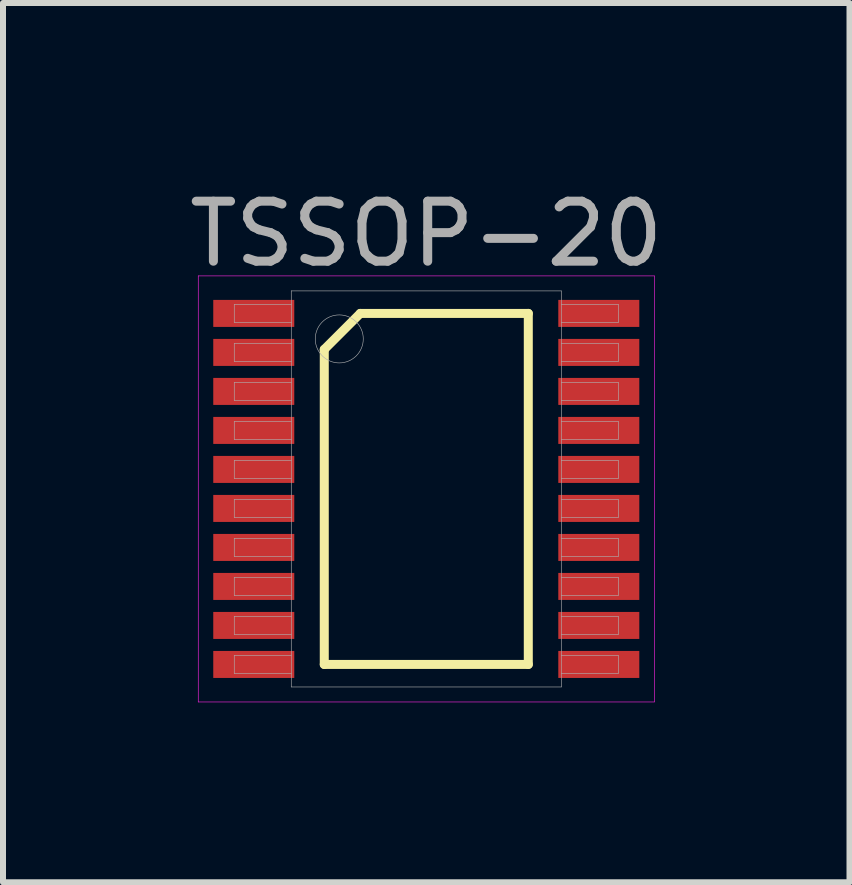
<source format=kicad_pcb>
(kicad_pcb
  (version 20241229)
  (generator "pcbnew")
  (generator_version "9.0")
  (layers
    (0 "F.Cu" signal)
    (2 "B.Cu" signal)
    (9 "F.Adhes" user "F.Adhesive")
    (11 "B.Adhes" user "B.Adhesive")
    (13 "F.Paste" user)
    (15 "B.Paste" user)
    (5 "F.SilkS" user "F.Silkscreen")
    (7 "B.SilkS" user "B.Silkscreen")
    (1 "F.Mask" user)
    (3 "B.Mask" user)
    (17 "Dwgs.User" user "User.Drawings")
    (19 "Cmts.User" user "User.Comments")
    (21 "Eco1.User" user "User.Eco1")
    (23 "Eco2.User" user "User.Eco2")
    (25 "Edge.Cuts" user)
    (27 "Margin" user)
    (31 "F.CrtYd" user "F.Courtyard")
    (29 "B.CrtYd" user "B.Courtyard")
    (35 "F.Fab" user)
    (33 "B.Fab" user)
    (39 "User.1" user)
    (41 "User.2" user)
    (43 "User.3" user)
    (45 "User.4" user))
  (footprint "TSSOP-20"
    (layer "F.Cu")
    (at 4.054 5.098)
    (property "Reference" "TSSOP-20" (at 0 -4.25 0) (layer "F.Fab") (effects (font (size 1 1) (thickness 0.15))))
    (attr through_hole)
    (fp_line (start -1.7 -2.325) (end -1.1 -2.925) (stroke (width 0.15) (type solid)) (layer "F.SilkS"))
    (fp_line (start -1.7 2.925) (end -1.7 -2.325) (stroke (width 0.15) (type solid)) (layer "F.SilkS"))
    (fp_line (start -1.1 -2.925) (end 1.7 -2.925) (stroke (width 0.15) (type solid)) (layer "F.SilkS"))
    (fp_line (start 1.7 -2.925) (end 1.7 2.925) (stroke (width 0.15) (type solid)) (layer "F.SilkS"))
    (fp_line (start 1.7 2.925) (end -1.7 2.925) (stroke (width 0.15) (type solid)) (layer "F.SilkS"))
    (fp_line (start -3.8 -3.55) (end 3.8 -3.55) (stroke (width 0.01) (type solid)) (layer "F.CrtYd"))
    (fp_line (start -3.8 3.55) (end -3.8 -3.55) (stroke (width 0.01) (type solid)) (layer "F.CrtYd"))
    (fp_line (start 3.8 -3.55) (end 3.8 3.55) (stroke (width 0.01) (type solid)) (layer "F.CrtYd"))
    (fp_line (start 3.8 3.55) (end -3.8 3.55) (stroke (width 0.01) (type solid)) (layer "F.CrtYd"))
    (fp_line (start -3.2 -3.075) (end -2.25 -3.075) (stroke (width 0.01) (type solid)) (layer "F.Fab"))
    (fp_line (start -3.2 -2.775) (end -3.2 -3.075) (stroke (width 0.01) (type solid)) (layer "F.Fab"))
    (fp_line (start -3.2 -2.425) (end -2.25 -2.425) (stroke (width 0.01) (type solid)) (layer "F.Fab"))
    (fp_line (start -3.2 -2.125) (end -3.2 -2.425) (stroke (width 0.01) (type solid)) (layer "F.Fab"))
    (fp_line (start -3.2 -1.775) (end -2.25 -1.775) (stroke (width 0.01) (type solid)) (layer "F.Fab"))
    (fp_line (start -3.2 -1.475) (end -3.2 -1.775) (stroke (width 0.01) (type solid)) (layer "F.Fab"))
    (fp_line (start -3.2 -1.125) (end -2.25 -1.125) (stroke (width 0.01) (type solid)) (layer "F.Fab"))
    (fp_line (start -3.2 -0.825) (end -3.2 -1.125) (stroke (width 0.01) (type solid)) (layer "F.Fab"))
    (fp_line (start -3.2 -0.475) (end -2.25 -0.475) (stroke (width 0.01) (type solid)) (layer "F.Fab"))
    (fp_line (start -3.2 -0.175) (end -3.2 -0.475) (stroke (width 0.01) (type solid)) (layer "F.Fab"))
    (fp_line (start -3.2 0.175) (end -2.25 0.175) (stroke (width 0.01) (type solid)) (layer "F.Fab"))
    (fp_line (start -3.2 0.475) (end -3.2 0.175) (stroke (width 0.01) (type solid)) (layer "F.Fab"))
    (fp_line (start -3.2 0.825) (end -2.25 0.825) (stroke (width 0.01) (type solid)) (layer "F.Fab"))
    (fp_line (start -3.2 1.125) (end -3.2 0.825) (stroke (width 0.01) (type solid)) (layer "F.Fab"))
    (fp_line (start -3.2 1.475) (end -2.25 1.475) (stroke (width 0.01) (type solid)) (layer "F.Fab"))
    (fp_line (start -3.2 1.775) (end -3.2 1.475) (stroke (width 0.01) (type solid)) (layer "F.Fab"))
    (fp_line (start -3.2 2.125) (end -2.25 2.125) (stroke (width 0.01) (type solid)) (layer "F.Fab"))
    (fp_line (start -3.2 2.425) (end -3.2 2.125) (stroke (width 0.01) (type solid)) (layer "F.Fab"))
    (fp_line (start -3.2 2.775) (end -2.25 2.775) (stroke (width 0.01) (type solid)) (layer "F.Fab"))
    (fp_line (start -3.2 3.075) (end -3.2 2.775) (stroke (width 0.01) (type solid)) (layer "F.Fab"))
    (fp_line (start -2.25 -3.3) (end 2.25 -3.3) (stroke (width 0.01) (type solid)) (layer "F.Fab"))
    (fp_line (start -2.25 -2.775) (end -3.2 -2.775) (stroke (width 0.01) (type solid)) (layer "F.Fab"))
    (fp_line (start -2.25 -2.125) (end -3.2 -2.125) (stroke (width 0.01) (type solid)) (layer "F.Fab"))
    (fp_line (start -2.25 -1.475) (end -3.2 -1.475) (stroke (width 0.01) (type solid)) (layer "F.Fab"))
    (fp_line (start -2.25 -0.825) (end -3.2 -0.825) (stroke (width 0.01) (type solid)) (layer "F.Fab"))
    (fp_line (start -2.25 -0.175) (end -3.2 -0.175) (stroke (width 0.01) (type solid)) (layer "F.Fab"))
    (fp_line (start -2.25 0.475) (end -3.2 0.475) (stroke (width 0.01) (type solid)) (layer "F.Fab"))
    (fp_line (start -2.25 1.125) (end -3.2 1.125) (stroke (width 0.01) (type solid)) (layer "F.Fab"))
    (fp_line (start -2.25 1.775) (end -3.2 1.775) (stroke (width 0.01) (type solid)) (layer "F.Fab"))
    (fp_line (start -2.25 2.425) (end -3.2 2.425) (stroke (width 0.01) (type solid)) (layer "F.Fab"))
    (fp_line (start -2.25 3.075) (end -3.2 3.075) (stroke (width 0.01) (type solid)) (layer "F.Fab"))
    (fp_line (start -2.25 3.3) (end -2.25 -3.3) (stroke (width 0.01) (type solid)) (layer "F.Fab"))
    (fp_line (start 2.25 -3.3) (end 2.25 3.3) (stroke (width 0.01) (type solid)) (layer "F.Fab"))
    (fp_line (start 2.25 -3.075) (end 3.2 -3.075) (stroke (width 0.01) (type solid)) (layer "F.Fab"))
    (fp_line (start 2.25 -2.425) (end 3.2 -2.425) (stroke (width 0.01) (type solid)) (layer "F.Fab"))
    (fp_line (start 2.25 -1.775) (end 3.2 -1.775) (stroke (width 0.01) (type solid)) (layer "F.Fab"))
    (fp_line (start 2.25 -1.125) (end 3.2 -1.125) (stroke (width 0.01) (type solid)) (layer "F.Fab"))
    (fp_line (start 2.25 -0.475) (end 3.2 -0.475) (stroke (width 0.01) (type solid)) (layer "F.Fab"))
    (fp_line (start 2.25 0.175) (end 3.2 0.175) (stroke (width 0.01) (type solid)) (layer "F.Fab"))
    (fp_line (start 2.25 0.825) (end 3.2 0.825) (stroke (width 0.01) (type solid)) (layer "F.Fab"))
    (fp_line (start 2.25 1.475) (end 3.2 1.475) (stroke (width 0.01) (type solid)) (layer "F.Fab"))
    (fp_line (start 2.25 2.125) (end 3.2 2.125) (stroke (width 0.01) (type solid)) (layer "F.Fab"))
    (fp_line (start 2.25 2.775) (end 3.2 2.775) (stroke (width 0.01) (type solid)) (layer "F.Fab"))
    (fp_line (start 2.25 3.3) (end -2.25 3.3) (stroke (width 0.01) (type solid)) (layer "F.Fab"))
    (fp_line (start 3.2 -3.075) (end 3.2 -2.775) (stroke (width 0.01) (type solid)) (layer "F.Fab"))
    (fp_line (start 3.2 -2.775) (end 2.25 -2.775) (stroke (width 0.01) (type solid)) (layer "F.Fab"))
    (fp_line (start 3.2 -2.425) (end 3.2 -2.125) (stroke (width 0.01) (type solid)) (layer "F.Fab"))
    (fp_line (start 3.2 -2.125) (end 2.25 -2.125) (stroke (width 0.01) (type solid)) (layer "F.Fab"))
    (fp_line (start 3.2 -1.775) (end 3.2 -1.475) (stroke (width 0.01) (type solid)) (layer "F.Fab"))
    (fp_line (start 3.2 -1.475) (end 2.25 -1.475) (stroke (width 0.01) (type solid)) (layer "F.Fab"))
    (fp_line (start 3.2 -1.125) (end 3.2 -0.825) (stroke (width 0.01) (type solid)) (layer "F.Fab"))
    (fp_line (start 3.2 -0.825) (end 2.25 -0.825) (stroke (width 0.01) (type solid)) (layer "F.Fab"))
    (fp_line (start 3.2 -0.475) (end 3.2 -0.175) (stroke (width 0.01) (type solid)) (layer "F.Fab"))
    (fp_line (start 3.2 -0.175) (end 2.25 -0.175) (stroke (width 0.01) (type solid)) (layer "F.Fab"))
    (fp_line (start 3.2 0.175) (end 3.2 0.475) (stroke (width 0.01) (type solid)) (layer "F.Fab"))
    (fp_line (start 3.2 0.475) (end 2.25 0.475) (stroke (width 0.01) (type solid)) (layer "F.Fab"))
    (fp_line (start 3.2 0.825) (end 3.2 1.125) (stroke (width 0.01) (type solid)) (layer "F.Fab"))
    (fp_line (start 3.2 1.125) (end 2.25 1.125) (stroke (width 0.01) (type solid)) (layer "F.Fab"))
    (fp_line (start 3.2 1.475) (end 3.2 1.775) (stroke (width 0.01) (type solid)) (layer "F.Fab"))
    (fp_line (start 3.2 1.775) (end 2.25 1.775) (stroke (width 0.01) (type solid)) (layer "F.Fab"))
    (fp_line (start 3.2 2.125) (end 3.2 2.425) (stroke (width 0.01) (type solid)) (layer "F.Fab"))
    (fp_line (start 3.2 2.425) (end 2.25 2.425) (stroke (width 0.01) (type solid)) (layer "F.Fab"))
    (fp_line (start 3.2 2.775) (end 3.2 3.075) (stroke (width 0.01) (type solid)) (layer "F.Fab"))
    (fp_line (start 3.2 3.075) (end 2.25 3.075) (stroke (width 0.01) (type solid)) (layer "F.Fab"))
    (fp_circle (center -1.45 -2.5) (end -1.45 -2.1) (stroke (width 0.01) (type solid)) (fill no) (layer "F.Fab"))
    (pad "1" smd rect (at -2.875 -2.925) (size 1.35 0.45) (layers "F.Cu" "F.Mask" "F.Paste"))
    (pad "2" smd rect (at -2.875 -2.275) (size 1.35 0.45) (layers "F.Cu" "F.Mask" "F.Paste"))
    (pad "3" smd rect (at -2.875 -1.625) (size 1.35 0.45) (layers "F.Cu" "F.Mask" "F.Paste"))
    (pad "4" smd rect (at -2.875 -0.975) (size 1.35 0.45) (layers "F.Cu" "F.Mask" "F.Paste"))
    (pad "5" smd rect (at -2.875 -0.325) (size 1.35 0.45) (layers "F.Cu" "F.Mask" "F.Paste"))
    (pad "6" smd rect (at -2.875 0.325) (size 1.35 0.45) (layers "F.Cu" "F.Mask" "F.Paste"))
    (pad "7" smd rect (at -2.875 0.975) (size 1.35 0.45) (layers "F.Cu" "F.Mask" "F.Paste"))
    (pad "8" smd rect (at -2.875 1.625) (size 1.35 0.45) (layers "F.Cu" "F.Mask" "F.Paste"))
    (pad "9" smd rect (at -2.875 2.275) (size 1.35 0.45) (layers "F.Cu" "F.Mask" "F.Paste"))
    (pad "10" smd rect (at -2.875 2.925) (size 1.35 0.45) (layers "F.Cu" "F.Mask" "F.Paste"))
    (pad "11" smd rect (at 2.875 2.925) (size 1.35 0.45) (layers "F.Cu" "F.Mask" "F.Paste"))
    (pad "12" smd rect (at 2.875 2.275) (size 1.35 0.45) (layers "F.Cu" "F.Mask" "F.Paste"))
    (pad "13" smd rect (at 2.875 1.625) (size 1.35 0.45) (layers "F.Cu" "F.Mask" "F.Paste"))
    (pad "14" smd rect (at 2.875 0.975) (size 1.35 0.45) (layers "F.Cu" "F.Mask" "F.Paste"))
    (pad "15" smd rect (at 2.875 0.325) (size 1.35 0.45) (layers "F.Cu" "F.Mask" "F.Paste"))
    (pad "16" smd rect (at 2.875 -0.325) (size 1.35 0.45) (layers "F.Cu" "F.Mask" "F.Paste"))
    (pad "17" smd rect (at 2.875 -0.975) (size 1.35 0.45) (layers "F.Cu" "F.Mask" "F.Paste"))
    (pad "18" smd rect (at 2.875 -1.625) (size 1.35 0.45) (layers "F.Cu" "F.Mask" "F.Paste"))
    (pad "19" smd rect (at 2.875 -2.275) (size 1.35 0.45) (layers "F.Cu" "F.Mask" "F.Paste"))
    (pad "20" smd rect (at 2.875 -2.925) (size 1.35 0.45) (layers "F.Cu" "F.Mask" "F.Paste")))
  (gr_rect
    (start -3 -3)
    (end 11.107 11.653)
    (stroke (width 0.1) (type default))
    (fill no)
    (layer "Edge.Cuts")))
</source>
